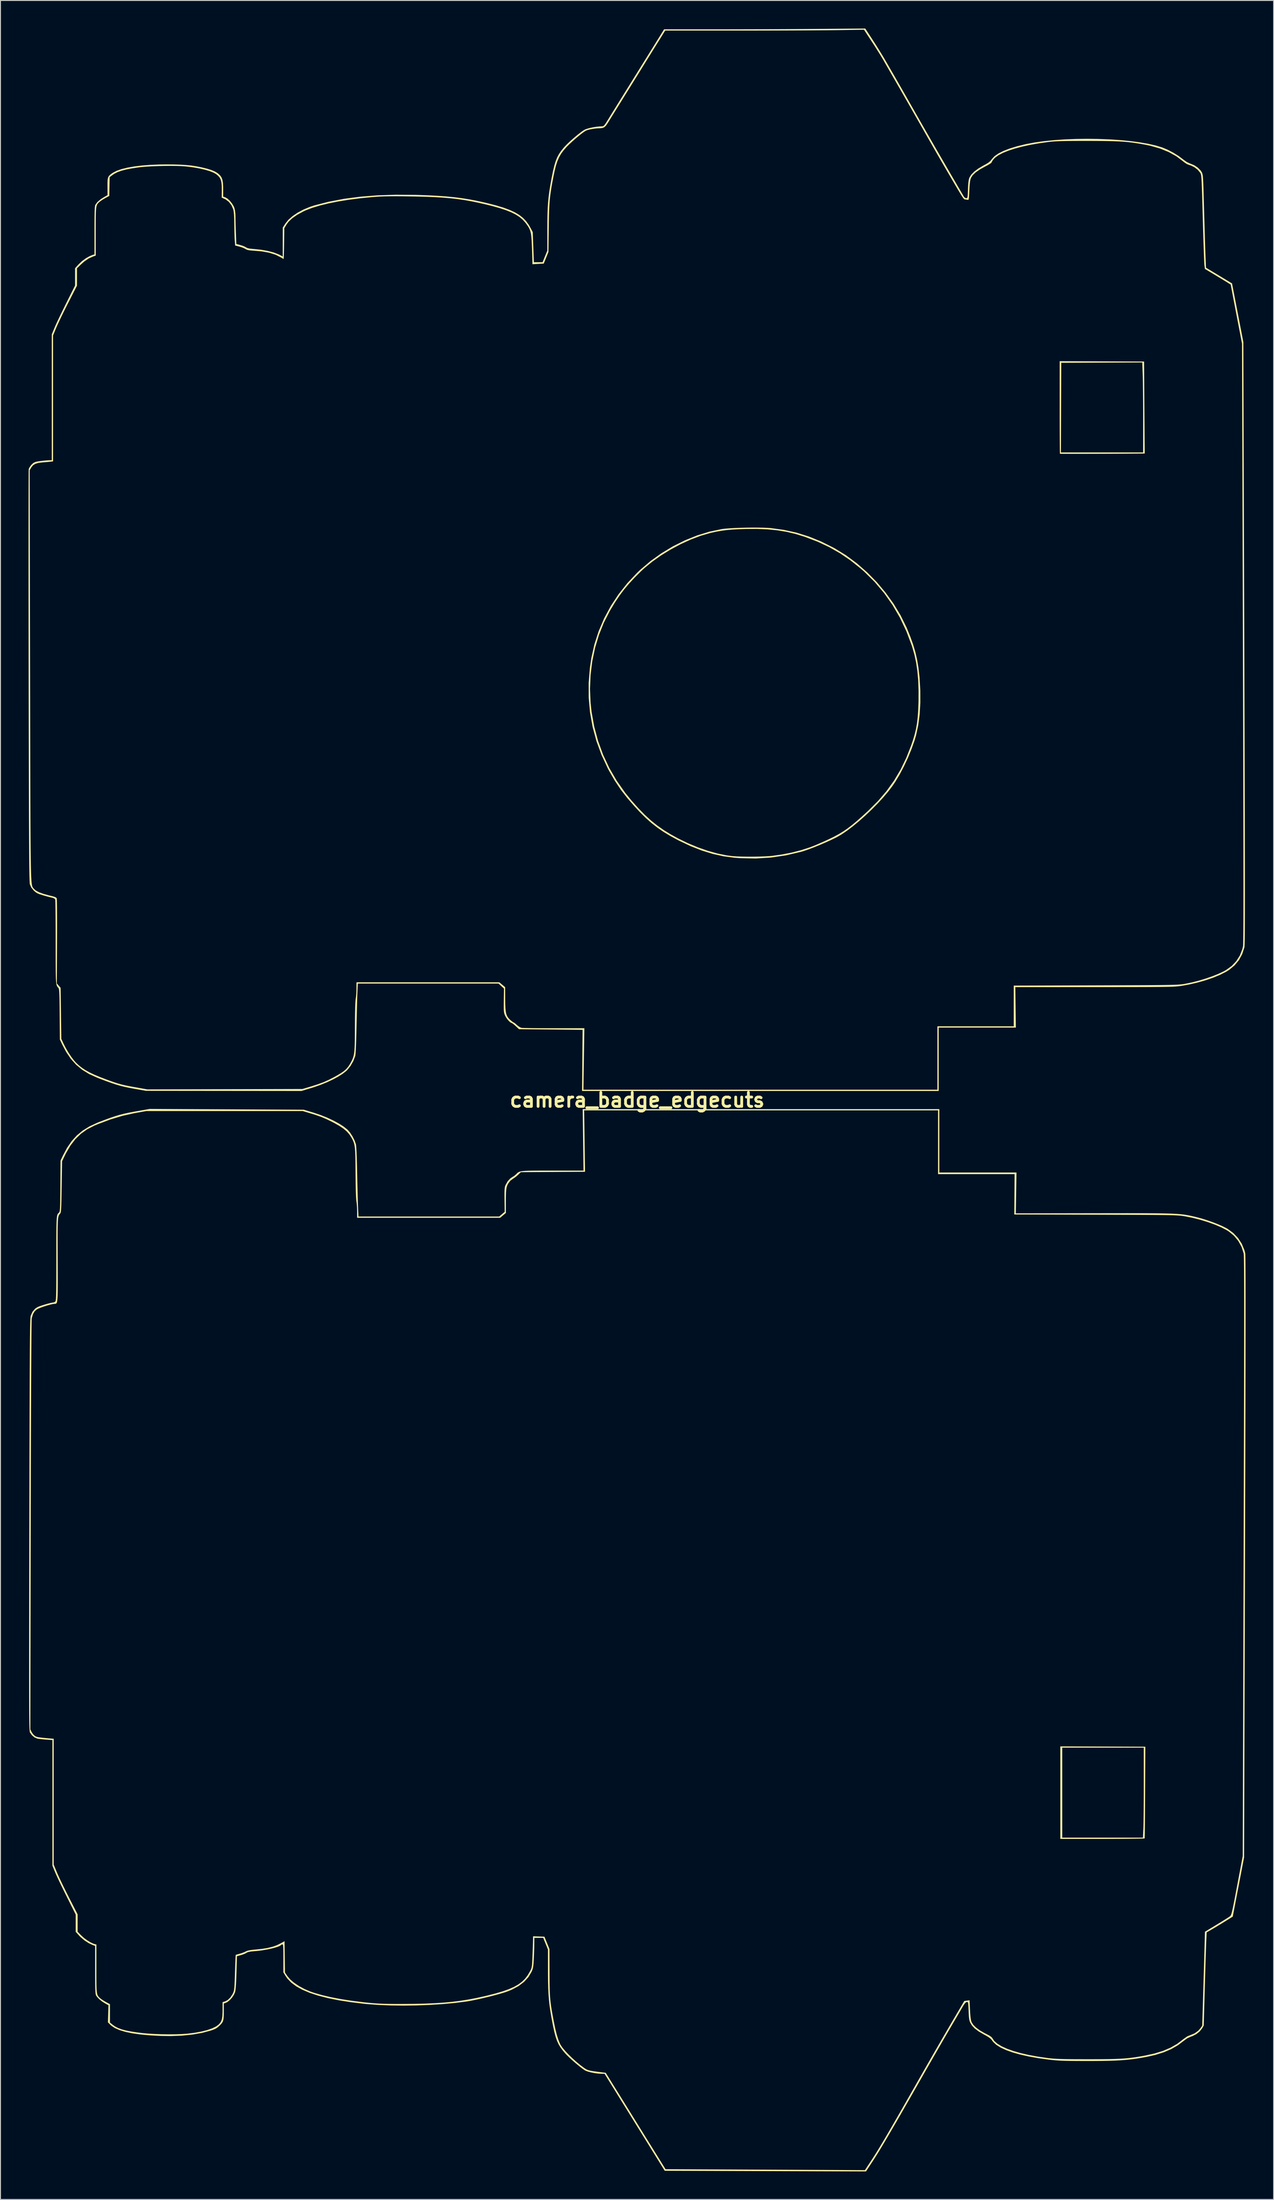
<source format=kicad_pcb>
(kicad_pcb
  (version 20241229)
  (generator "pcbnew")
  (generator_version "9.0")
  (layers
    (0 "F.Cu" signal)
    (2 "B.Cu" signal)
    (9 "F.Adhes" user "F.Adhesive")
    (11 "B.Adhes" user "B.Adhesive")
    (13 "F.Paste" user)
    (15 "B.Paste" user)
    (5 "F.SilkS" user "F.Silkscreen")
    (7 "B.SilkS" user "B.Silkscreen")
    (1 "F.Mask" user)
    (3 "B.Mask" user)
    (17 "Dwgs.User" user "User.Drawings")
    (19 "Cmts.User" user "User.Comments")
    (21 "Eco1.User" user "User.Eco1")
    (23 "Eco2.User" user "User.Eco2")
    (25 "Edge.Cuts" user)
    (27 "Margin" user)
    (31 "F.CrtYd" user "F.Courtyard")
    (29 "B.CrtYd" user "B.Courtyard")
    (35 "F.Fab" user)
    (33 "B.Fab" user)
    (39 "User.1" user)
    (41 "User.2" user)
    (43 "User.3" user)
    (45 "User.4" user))
  (footprint "camera_badge_edgecuts"
    (layer "F.Cu")
    (at 65.122 114.626)
    (property "Reference" "camera_badge_edgecuts" (at 0 0 0) (layer "F.SilkS") (effects (font (size 1.5 1.5) (thickness 0.3))))
    (attr board_only exclude_from_pos_files exclude_from_bom)
    (fp_poly (pts (xy 49.811 69.157) (xy 54.359 69.175) (xy 54.338 74.054) (xy 54.334 74.864) (xy 54.329 75.633) (xy 54.324 76.351) (xy 54.318 77.005) (xy 54.313 77.585) (xy 54.307 78.08) (xy 54.301 78.479) (xy 54.294 78.77) (xy 54.289 78.941) (xy 54.284 78.986) (xy 54.212 78.995) (xy 54.012 79.003) (xy 53.697 79.011) (xy 53.278 79.018) (xy 52.768 79.024) (xy 52.177 79.029) (xy 51.517 79.033) (xy 50.8 79.036) (xy 50.038 79.038) (xy 49.758 79.038) (xy 45.263 79.038) (xy 45.263 74.089) (xy 45.263 69.279) (xy 45.471 69.279) (xy 45.471 74.089) (xy 45.471 78.899) (xy 49.786 78.899) (xy 54.101 78.899) (xy 54.146 77.954) (xy 54.155 77.703) (xy 54.163 77.33) (xy 54.17 76.852) (xy 54.177 76.287) (xy 54.182 75.65) (xy 54.187 74.958) (xy 54.19 74.229) (xy 54.191 73.479) (xy 54.191 73.144) (xy 54.191 69.279) (xy 49.831 69.279) (xy 45.471 69.279) (xy 45.263 69.279) (xy 45.263 69.14)) (stroke (width 0) (type solid)) (fill yes) (layer "F.SilkS"))
    (fp_poly (pts (xy 49.71 -79.021) (xy 54.226 -79.003) (xy 54.26 -74.089) (xy 54.266 -73.278) (xy 54.272 -72.508) (xy 54.277 -71.791) (xy 54.281 -71.137) (xy 54.285 -70.558) (xy 54.289 -70.064) (xy 54.292 -69.668) (xy 54.294 -69.378) (xy 54.295 -69.208) (xy 54.295 -69.164) (xy 54.228 -69.16) (xy 54.037 -69.156) (xy 53.735 -69.152) (xy 53.337 -69.149) (xy 52.856 -69.145) (xy 52.306 -69.141) (xy 51.702 -69.138) (xy 51.057 -69.135) (xy 50.385 -69.132) (xy 49.701 -69.13) (xy 49.018 -69.128) (xy 48.349 -69.126) (xy 47.71 -69.125) (xy 47.114 -69.125) (xy 46.575 -69.125) (xy 46.108 -69.126) (xy 45.725 -69.127) (xy 45.44 -69.129) (xy 45.269 -69.132) (xy 45.223 -69.135) (xy 45.218 -69.207) (xy 45.216 -69.279) (xy 45.331 -69.279) (xy 49.727 -69.279) (xy 54.122 -69.279) (xy 54.122 -72.791) (xy 54.121 -73.53) (xy 54.118 -74.271) (xy 54.114 -74.993) (xy 54.108 -75.676) (xy 54.101 -76.301) (xy 54.094 -76.847) (xy 54.085 -77.294) (xy 54.076 -77.602) (xy 54.031 -78.9) (xy 49.699 -78.882) (xy 45.367 -78.865) (xy 45.349 -74.072) (xy 45.331 -69.279) (xy 45.216 -69.279) (xy 45.214 -69.407) (xy 45.209 -69.723) (xy 45.206 -70.144) (xy 45.202 -70.659) (xy 45.199 -71.257) (xy 45.197 -71.928) (xy 45.195 -72.66) (xy 45.194 -73.441) (xy 45.194 -74.101) (xy 45.194 -79.039)) (stroke (width 0) (type solid)) (fill yes) (layer "F.SilkS"))
    (fp_poly (pts (xy 12.947 -61.239) (xy 13.516 -61.228) (xy 14.007 -61.207) (xy 14.306 -61.184) (xy 15.697 -60.995) (xy 17.042 -60.698) (xy 18.36 -60.285) (xy 19.672 -59.752) (xy 20.996 -59.092) (xy 21.11 -59.03) (xy 22.315 -58.292) (xy 23.477 -57.434) (xy 24.583 -56.469) (xy 25.62 -55.414) (xy 26.573 -54.281) (xy 27.432 -53.086) (xy 28.181 -51.843) (xy 28.808 -50.567) (xy 28.85 -50.469) (xy 29.225 -49.548) (xy 29.527 -48.701) (xy 29.765 -47.89) (xy 29.95 -47.077) (xy 30.09 -46.225) (xy 30.196 -45.298) (xy 30.208 -45.159) (xy 30.29 -43.802) (xy 30.292 -42.496) (xy 30.217 -41.255) (xy 30.064 -40.093) (xy 29.836 -39.026) (xy 29.677 -38.481) (xy 29.349 -37.553) (xy 28.963 -36.613) (xy 28.533 -35.693) (xy 28.076 -34.825) (xy 27.608 -34.042) (xy 27.31 -33.601) (xy 26.851 -32.998) (xy 26.315 -32.365) (xy 25.719 -31.718) (xy 25.081 -31.072) (xy 24.419 -30.443) (xy 23.749 -29.847) (xy 23.089 -29.3) (xy 22.455 -28.818) (xy 21.865 -28.416) (xy 21.337 -28.11) (xy 21.303 -28.092) (xy 20.739 -27.82) (xy 20.129 -27.543) (xy 19.502 -27.274) (xy 18.887 -27.025) (xy 18.314 -26.809) (xy 17.813 -26.637) (xy 17.529 -26.552) (xy 15.923 -26.177) (xy 14.311 -25.939) (xy 12.685 -25.837) (xy 11.038 -25.871) (xy 10.381 -25.921) (xy 9.227 -26.075) (xy 8.077 -26.329) (xy 6.914 -26.688) (xy 5.722 -27.156) (xy 4.484 -27.741) (xy 4.291 -27.839) (xy 3.522 -28.257) (xy 2.821 -28.681) (xy 2.171 -29.126) (xy 1.55 -29.61) (xy 0.941 -30.147) (xy 0.323 -30.756) (xy -0.322 -31.451) (xy -1.015 -32.249) (xy -1.08 -32.326) (xy -1.753 -33.193) (xy -2.403 -34.166) (xy -3.008 -35.211) (xy -3.145 -35.47) (xy -3.824 -36.924) (xy -4.368 -38.411) (xy -4.778 -39.929) (xy -5.053 -41.474) (xy -5.193 -43.045) (xy -5.195 -43.979) (xy -5.048 -43.979) (xy -4.986 -42.481) (xy -4.883 -41.538) (xy -4.6 -39.955) (xy -4.19 -38.424) (xy -3.653 -36.949) (xy -2.99 -35.53) (xy -2.201 -34.17) (xy -1.288 -32.871) (xy -0.586 -32.01) (xy 0.125 -31.215) (xy 0.799 -30.524) (xy 1.459 -29.918) (xy 2.13 -29.378) (xy 2.836 -28.882) (xy 3.601 -28.412) (xy 4.36 -27.995) (xy 5.418 -27.48) (xy 6.494 -27.032) (xy 7.563 -26.66) (xy 8.602 -26.371) (xy 9.589 -26.173) (xy 10.174 -26.098) (xy 10.62 -26.067) (xy 11.167 -26.046) (xy 11.778 -26.037) (xy 12.419 -26.037) (xy 13.053 -26.048) (xy 13.644 -26.069) (xy 14.157 -26.099) (xy 14.43 -26.124) (xy 15.483 -26.271) (xy 16.532 -26.478) (xy 17.539 -26.735) (xy 18.472 -27.035) (xy 19.062 -27.266) (xy 19.823 -27.595) (xy 20.48 -27.894) (xy 21.056 -28.176) (xy 21.572 -28.455) (xy 22.051 -28.747) (xy 22.513 -29.064) (xy 22.981 -29.423) (xy 23.478 -29.836) (xy 24.023 -30.318) (xy 24.64 -30.883) (xy 24.73 -30.966) (xy 25.759 -31.992) (xy 26.668 -33.053) (xy 27.468 -34.164) (xy 28.17 -35.342) (xy 28.782 -36.605) (xy 29.317 -37.967) (xy 29.503 -38.515) (xy 29.68 -39.11) (xy 29.82 -39.695) (xy 29.927 -40.299) (xy 30.004 -40.951) (xy 30.056 -41.679) (xy 30.087 -42.511) (xy 30.091 -42.668) (xy 30.095 -43.844) (xy 30.056 -44.909) (xy 29.97 -45.885) (xy 29.836 -46.793) (xy 29.65 -47.656) (xy 29.41 -48.494) (xy 29.369 -48.62) (xy 28.793 -50.147) (xy 28.107 -51.593) (xy 27.311 -52.956) (xy 26.408 -54.233) (xy 25.398 -55.424) (xy 24.284 -56.524) (xy 23.912 -56.851) (xy 22.815 -57.727) (xy 21.695 -58.489) (xy 20.525 -59.153) (xy 19.281 -59.734) (xy 17.935 -60.246) (xy 17.925 -60.25) (xy 16.963 -60.547) (xy 15.998 -60.777) (xy 15.003 -60.942) (xy 13.955 -61.047) (xy 12.827 -61.094) (xy 11.662 -61.088) (xy 10.864 -61.062) (xy 10.174 -61.024) (xy 9.562 -60.969) (xy 8.995 -60.894) (xy 8.445 -60.797) (xy 7.881 -60.673) (xy 7.821 -60.659) (xy 6.794 -60.361) (xy 5.727 -59.957) (xy 4.647 -59.463) (xy 3.582 -58.894) (xy 2.559 -58.264) (xy 1.606 -57.59) (xy 0.749 -56.885) (xy 0.424 -56.583) (xy -0.272 -55.89) (xy -0.875 -55.241) (xy -1.41 -54.604) (xy -1.9 -53.95) (xy -2.37 -53.248) (xy -2.843 -52.467) (xy -2.939 -52.301) (xy -3.575 -51.056) (xy -4.1 -49.737) (xy -4.512 -48.358) (xy -4.809 -46.93) (xy -4.989 -45.466) (xy -5.048 -43.979) (xy -5.195 -43.979) (xy -5.196 -44.638) (xy -5.064 -46.252) (xy -4.906 -47.305) (xy -4.581 -48.753) (xy -4.124 -50.164) (xy -3.54 -51.53) (xy -2.832 -52.845) (xy -2.005 -54.101) (xy -1.062 -55.292) (xy -0.007 -56.41) (xy 0.332 -56.732) (xy 1.421 -57.657) (xy 2.589 -58.494) (xy 3.82 -59.236) (xy 5.097 -59.873) (xy 6.403 -60.399) (xy 7.722 -60.804) (xy 9.037 -61.08) (xy 9.397 -61.124) (xy 9.869 -61.162) (xy 10.425 -61.194) (xy 11.037 -61.217) (xy 11.68 -61.233) (xy 12.325 -61.241)) (stroke (width 0) (type solid)) (fill yes) (layer "F.SilkS"))
    (fp_poly (pts (xy -43.914 0.989) (xy -35.678 1.031) (xy -34.605 1.354) (xy -33.885 1.595) (xy -33.181 1.875) (xy -32.518 2.184) (xy -31.918 2.509) (xy -31.405 2.837) (xy -31.005 3.158) (xy -30.983 3.178) (xy -30.717 3.486) (xy -30.46 3.881) (xy -30.243 4.312) (xy -30.096 4.719) (xy -30.072 4.875) (xy -30.049 5.162) (xy -30.026 5.574) (xy -30.005 6.105) (xy -29.985 6.746) (xy -29.967 7.492) (xy -29.958 7.89) (xy -29.945 8.547) (xy -29.93 9.194) (xy -29.915 9.811) (xy -29.901 10.376) (xy -29.887 10.87) (xy -29.874 11.272) (xy -29.862 11.561) (xy -29.86 11.61) (xy -29.818 12.458) (xy -22.292 12.458) (xy -14.767 12.458) (xy -14.474 12.207) (xy -14.182 11.957) (xy -14.199 10.667) (xy -14.204 10.196) (xy -14.202 9.839) (xy -14.193 9.576) (xy -14.174 9.384) (xy -14.145 9.24) (xy -14.103 9.12) (xy -14.096 9.105) (xy -13.864 8.692) (xy -13.58 8.382) (xy -13.371 8.242) (xy -13.155 8.105) (xy -12.962 7.943) (xy -12.942 7.922) (xy -12.863 7.838) (xy -12.785 7.767) (xy -12.696 7.709) (xy -12.584 7.662) (xy -12.437 7.625) (xy -12.241 7.596) (xy -11.986 7.575) (xy -11.659 7.561) (xy -11.247 7.552) (xy -10.739 7.547) (xy -10.121 7.544) (xy -9.383 7.544) (xy -9.036 7.544) (xy -5.749 7.544) (xy -5.792 4.256) (xy -5.836 0.969) (xy 13.242 0.969) (xy 32.321 0.969) (xy 32.321 4.36) (xy 32.321 7.751) (xy 36.449 7.751) (xy 40.576 7.751) (xy 40.542 9.935) (xy 40.508 12.119) (xy 48.855 12.106) (xy 50.165 12.104) (xy 51.346 12.103) (xy 52.404 12.102) (xy 53.349 12.103) (xy 54.189 12.105) (xy 54.931 12.109) (xy 55.585 12.114) (xy 56.159 12.123) (xy 56.66 12.133) (xy 57.098 12.147) (xy 57.481 12.164) (xy 57.816 12.184) (xy 58.112 12.209) (xy 58.377 12.237) (xy 58.621 12.27) (xy 58.85 12.308) (xy 59.074 12.351) (xy 59.3 12.399) (xy 59.537 12.453) (xy 59.763 12.506) (xy 60.319 12.652) (xy 60.913 12.836) (xy 61.513 13.044) (xy 62.087 13.266) (xy 62.602 13.488) (xy 63.026 13.7) (xy 63.16 13.776) (xy 63.766 14.219) (xy 64.273 14.752) (xy 64.672 15.362) (xy 64.954 16.036) (xy 65.049 16.396) (xy 65.055 16.473) (xy 65.061 16.645) (xy 65.066 16.915) (xy 65.07 17.283) (xy 65.074 17.751) (xy 65.077 18.323) (xy 65.08 18.998) (xy 65.082 19.78) (xy 65.083 20.67) (xy 65.084 21.67) (xy 65.084 22.782) (xy 65.083 24.007) (xy 65.082 25.349) (xy 65.08 26.807) (xy 65.078 28.385) (xy 65.074 30.084) (xy 65.071 31.906) (xy 65.066 33.853) (xy 65.061 35.927) (xy 65.056 38.13) (xy 65.049 40.463) (xy 65.042 42.929) (xy 65.035 45.528) (xy 65.027 48.264) (xy 65.025 48.875) (xy 64.926 81.01) (xy 64.319 84.181) (xy 63.713 87.352) (xy 62.834 87.897) (xy 62.47 88.121) (xy 62.097 88.348) (xy 61.754 88.554) (xy 61.48 88.716) (xy 61.439 88.74) (xy 60.923 89.038) (xy 60.88 89.973) (xy 60.87 90.217) (xy 60.857 90.584) (xy 60.841 91.057) (xy 60.822 91.62) (xy 60.802 92.257) (xy 60.781 92.951) (xy 60.759 93.687) (xy 60.737 94.449) (xy 60.723 94.956) (xy 60.609 99.005) (xy 60.435 99.306) (xy 60.177 99.632) (xy 59.822 99.917) (xy 59.409 100.13) (xy 59.249 100.185) (xy 58.856 100.361) (xy 58.488 100.627) (xy 57.845 101.112) (xy 57.13 101.523) (xy 56.329 101.866) (xy 55.427 102.148) (xy 54.528 102.351) (xy 53.953 102.457) (xy 53.408 102.546) (xy 52.871 102.618) (xy 52.324 102.677) (xy 51.747 102.722) (xy 51.121 102.755) (xy 50.427 102.778) (xy 49.645 102.792) (xy 48.755 102.798) (xy 48.17 102.798) (xy 47.416 102.797) (xy 46.781 102.794) (xy 46.248 102.788) (xy 45.798 102.779) (xy 45.411 102.767) (xy 45.071 102.749) (xy 44.757 102.727) (xy 44.452 102.699) (xy 44.137 102.664) (xy 44.017 102.65) (xy 42.901 102.495) (xy 41.881 102.313) (xy 40.961 102.107) (xy 40.15 101.878) (xy 39.451 101.628) (xy 38.871 101.358) (xy 38.415 101.071) (xy 38.09 100.769) (xy 38.014 100.669) (xy 37.887 100.501) (xy 37.742 100.36) (xy 37.549 100.222) (xy 37.277 100.063) (xy 37.075 99.954) (xy 36.532 99.637) (xy 36.115 99.325) (xy 35.813 99.007) (xy 35.623 98.693) (xy 35.56 98.53) (xy 35.516 98.34) (xy 35.484 98.091) (xy 35.462 97.756) (xy 35.449 97.43) (xy 35.435 97.047) (xy 35.419 96.782) (xy 35.399 96.614) (xy 35.37 96.521) (xy 35.331 96.483) (xy 35.299 96.478) (xy 35.18 96.515) (xy 35.052 96.636) (xy 34.897 96.859) (xy 34.815 96.998) (xy 34.742 97.123) (xy 34.609 97.352) (xy 34.424 97.668) (xy 34.199 98.053) (xy 33.942 98.492) (xy 33.663 98.968) (xy 33.48 99.281) (xy 33.19 99.777) (xy 32.847 100.369) (xy 32.463 101.032) (xy 32.054 101.742) (xy 31.633 102.475) (xy 31.214 103.206) (xy 30.811 103.91) (xy 30.609 104.265) (xy 29.892 105.522) (xy 29.24 106.664) (xy 28.647 107.698) (xy 28.112 108.63) (xy 27.629 109.466) (xy 27.195 110.212) (xy 26.807 110.875) (xy 26.462 111.461) (xy 26.154 111.975) (xy 25.882 112.425) (xy 25.64 112.817) (xy 25.426 113.156) (xy 25.257 113.418) (xy 24.473 114.611) (xy 19.105 114.595) (xy 18.064 114.591) (xy 16.914 114.588) (xy 15.686 114.584) (xy 14.412 114.58) (xy 13.12 114.575) (xy 11.843 114.571) (xy 10.609 114.567) (xy 9.45 114.563) (xy 8.396 114.56) (xy 8.34 114.559) (xy 2.941 114.541) (xy -0.277 109.353) (xy -3.495 104.166) (xy -3.841 104.163) (xy -4.191 104.142) (xy -4.577 104.09) (xy -4.958 104.015) (xy -5.294 103.925) (xy -5.544 103.83) (xy -5.594 103.802) (xy -5.849 103.627) (xy -6.172 103.378) (xy -6.532 103.081) (xy -6.901 102.761) (xy -7.249 102.442) (xy -7.546 102.152) (xy -7.687 102.002) (xy -7.98 101.658) (xy -8.222 101.328) (xy -8.422 100.989) (xy -8.59 100.615) (xy -8.737 100.185) (xy -8.872 99.674) (xy -9.006 99.058) (xy -9.064 98.764) (xy -9.196 98.055) (xy -9.302 97.416) (xy -9.386 96.817) (xy -9.449 96.232) (xy -9.495 95.631) (xy -9.525 94.985) (xy -9.543 94.267) (xy -9.55 93.448) (xy -9.55 93.172) (xy -9.551 90.869) (xy -9.805 90.248) (xy -10.059 89.627) (xy -10.532 89.627) (xy -11.004 89.627) (xy -11.011 90.336) (xy -11.017 90.702) (xy -11.031 91.146) (xy -11.049 91.605) (xy -11.065 91.945) (xy -11.089 92.341) (xy -11.118 92.633) (xy -11.158 92.857) (xy -11.215 93.048) (xy -11.296 93.241) (xy -11.302 93.254) (xy -11.643 93.826) (xy -12.106 94.335) (xy -12.691 94.779) (xy -13.397 95.159) (xy -13.877 95.355) (xy -14.262 95.484) (xy -14.754 95.63) (xy -15.32 95.784) (xy -15.93 95.939) (xy -16.553 96.088) (xy -17.158 96.223) (xy -17.715 96.337) (xy -18.193 96.422) (xy -18.306 96.439) (xy -19.524 96.592) (xy -20.833 96.712) (xy -22.203 96.798) (xy -23.603 96.852) (xy -25.001 96.87) (xy -26.368 96.854) (xy -27.671 96.801) (xy -28.88 96.712) (xy -29.182 96.682) (xy -30.618 96.509) (xy -31.919 96.306) (xy -33.089 96.071) (xy -34.129 95.805) (xy -35.04 95.506) (xy -35.824 95.174) (xy -36.483 94.809) (xy -37.019 94.41) (xy -37.432 93.977) (xy -37.609 93.72) (xy -37.858 93.311) (xy -37.858 91.815) (xy -37.859 91.314) (xy -37.864 90.935) (xy -37.872 90.663) (xy -37.886 90.481) (xy -37.907 90.374) (xy -37.935 90.326) (xy -37.957 90.319) (xy -38.073 90.358) (xy -38.097 90.384) (xy -38.215 90.475) (xy -38.448 90.575) (xy -38.774 90.679) (xy -39.169 90.78) (xy -39.611 90.873) (xy -40.077 90.953) (xy -40.545 91.015) (xy -40.903 91.047) (xy -41.286 91.081) (xy -41.553 91.125) (xy -41.724 91.181) (xy -41.783 91.218) (xy -41.929 91.3) (xy -42.157 91.393) (xy -42.38 91.465) (xy -42.823 91.592) (xy -42.87 93.326) (xy -42.894 94.023) (xy -42.922 94.584) (xy -42.955 95.011) (xy -42.993 95.307) (xy -43.017 95.415) (xy -43.145 95.712) (xy -43.347 96.016) (xy -43.593 96.288) (xy -43.847 96.49) (xy -43.986 96.558) (xy -44.225 96.645) (xy -44.225 97.418) (xy -44.229 97.851) (xy -44.244 98.173) (xy -44.281 98.414) (xy -44.345 98.6) (xy -44.445 98.76) (xy -44.59 98.922) (xy -44.673 99.005) (xy -44.886 99.196) (xy -45.094 99.334) (xy -45.347 99.447) (xy -45.613 99.54) (xy -46.546 99.79) (xy -47.587 99.972) (xy -48.723 100.087) (xy -49.939 100.132) (xy -50.938 100.117) (xy -52.09 100.056) (xy -53.109 99.964) (xy -53.997 99.84) (xy -54.756 99.683) (xy -55.387 99.493) (xy -55.893 99.269) (xy -56.276 99.011) (xy -56.379 98.914) (xy -56.629 98.659) (xy -56.599 97.746) (xy -56.569 96.833) (xy -56.914 96.645) (xy -57.249 96.434) (xy -57.552 96.188) (xy -57.789 95.94) (xy -57.898 95.778) (xy -57.925 95.703) (xy -57.947 95.585) (xy -57.964 95.411) (xy -57.977 95.166) (xy -57.987 94.839) (xy -57.993 94.416) (xy -57.996 93.883) (xy -57.998 93.23) (xy -57.998 93.035) (xy -57.998 90.485) (xy -58.247 90.395) (xy -58.691 90.187) (xy -59.145 89.891) (xy -59.556 89.543) (xy -59.697 89.397) (xy -60.074 88.98) (xy -60.074 88.056) (xy -60.074 87.131) (xy -61.035 85.212) (xy -61.291 84.697) (xy -61.541 84.186) (xy -61.774 83.702) (xy -61.98 83.267) (xy -62.147 82.906) (xy -62.264 82.639) (xy -62.281 82.597) (xy -62.566 81.9) (xy -62.566 75.183) (xy -62.566 68.465) (xy -63.24 68.416) (xy -63.567 68.389) (xy -63.872 68.356) (xy -64.109 68.324) (xy -64.182 68.31) (xy -64.478 68.184) (xy -64.753 67.956) (xy -64.967 67.66) (xy -64.971 67.653) (xy -64.981 67.624) (xy -64.99 67.576) (xy -64.999 67.504) (xy -65.007 67.404) (xy -65.011 67.334) (xy -64.925 67.334) (xy -64.781 67.617) (xy -64.641 67.825) (xy -64.471 67.996) (xy -64.423 68.03) (xy -64.326 68.082) (xy -64.212 68.124) (xy -64.059 68.159) (xy -63.844 68.191) (xy -63.545 68.224) (xy -63.139 68.262) (xy -62.929 68.281) (xy -62.427 68.324) (xy -62.427 75.056) (xy -62.427 81.788) (xy -62.088 82.61) (xy -61.966 82.892) (xy -61.791 83.271) (xy -61.577 83.722) (xy -61.335 84.219) (xy -61.078 84.738) (xy -60.818 85.253) (xy -60.808 85.273) (xy -59.866 87.113) (xy -59.866 88.041) (xy -59.865 88.969) (xy -59.476 89.369) (xy -59.18 89.637) (xy -58.836 89.89) (xy -58.486 90.103) (xy -58.169 90.25) (xy -58.05 90.287) (xy -57.859 90.334) (xy -57.859 92.925) (xy -57.859 93.618) (xy -57.857 94.187) (xy -57.852 94.647) (xy -57.842 95.01) (xy -57.825 95.291) (xy -57.799 95.505) (xy -57.763 95.666) (xy -57.714 95.788) (xy -57.651 95.885) (xy -57.573 95.972) (xy -57.477 96.062) (xy -57.468 96.071) (xy -57.303 96.198) (xy -57.068 96.351) (xy -56.839 96.485) (xy -56.406 96.718) (xy -56.406 97.701) (xy -56.406 98.683) (xy -56.149 98.895) (xy -55.872 99.092) (xy -55.549 99.261) (xy -55.162 99.406) (xy -54.695 99.531) (xy -54.133 99.642) (xy -53.458 99.743) (xy -52.98 99.802) (xy -52.363 99.86) (xy -51.66 99.903) (xy -50.906 99.93) (xy -50.141 99.941) (xy -49.399 99.935) (xy -48.717 99.912) (xy -48.133 99.872) (xy -48.091 99.868) (xy -47.327 99.771) (xy -46.628 99.643) (xy -46.01 99.487) (xy -45.486 99.308) (xy -45.072 99.109) (xy -44.785 98.899) (xy -44.623 98.72) (xy -44.508 98.528) (xy -44.431 98.297) (xy -44.387 97.999) (xy -44.367 97.607) (xy -44.364 97.303) (xy -44.363 96.5) (xy -44.093 96.419) (xy -43.811 96.271) (xy -43.541 96.011) (xy -43.308 95.665) (xy -43.233 95.513) (xy -43.189 95.405) (xy -43.154 95.282) (xy -43.126 95.127) (xy -43.103 94.922) (xy -43.084 94.648) (xy -43.067 94.287) (xy -43.05 93.821) (xy -43.035 93.335) (xy -43.019 92.842) (xy -43.004 92.396) (xy -42.989 92.016) (xy -42.975 91.719) (xy -42.964 91.524) (xy -42.955 91.448) (xy -42.955 91.448) (xy -42.881 91.419) (xy -42.711 91.369) (xy -42.523 91.318) (xy -42.255 91.235) (xy -42.004 91.136) (xy -41.881 91.074) (xy -41.713 91.001) (xy -41.472 90.944) (xy -41.132 90.898) (xy -40.843 90.871) (xy -40.121 90.796) (xy -39.51 90.695) (xy -38.984 90.564) (xy -38.519 90.394) (xy -38.089 90.18) (xy -37.73 89.978) (xy -37.707 91.654) (xy -37.685 93.329) (xy -37.423 93.715) (xy -37.12 94.072) (xy -36.702 94.429) (xy -36.194 94.772) (xy -35.618 95.085) (xy -34.998 95.354) (xy -34.569 95.502) (xy -33.694 95.751) (xy -32.754 95.971) (xy -31.732 96.167) (xy -30.612 96.341) (xy -29.376 96.497) (xy -28.895 96.55) (xy -28.441 96.594) (xy -28.011 96.629) (xy -27.579 96.655) (xy -27.118 96.674) (xy -26.601 96.686) (xy -26.001 96.692) (xy -25.292 96.693) (xy -25.227 96.693) (xy -23.945 96.684) (xy -22.781 96.658) (xy -21.716 96.614) (xy -20.73 96.55) (xy -19.804 96.464) (xy -18.919 96.353) (xy -18.055 96.217) (xy -17.193 96.052) (xy -16.313 95.858) (xy -16.041 95.794) (xy -15.153 95.567) (xy -14.39 95.342) (xy -13.74 95.112) (xy -13.189 94.87) (xy -12.725 94.608) (xy -12.334 94.319) (xy -12.005 93.995) (xy -11.724 93.63) (xy -11.479 93.215) (xy -11.449 93.156) (xy -11.38 93.017) (xy -11.329 92.887) (xy -11.292 92.742) (xy -11.264 92.559) (xy -11.243 92.313) (xy -11.225 91.981) (xy -11.207 91.538) (xy -11.204 91.461) (xy -11.188 91.021) (xy -11.173 90.605) (xy -11.161 90.242) (xy -11.153 89.96) (xy -11.149 89.8) (xy -11.143 89.454) (xy -10.536 89.475) (xy -9.928 89.497) (xy -9.658 90.16) (xy -9.388 90.823) (xy -9.38 93.322) (xy -9.377 94.06) (xy -9.37 94.685) (xy -9.358 95.22) (xy -9.337 95.69) (xy -9.307 96.12) (xy -9.265 96.535) (xy -9.209 96.957) (xy -9.136 97.413) (xy -9.045 97.927) (xy -8.933 98.523) (xy -8.923 98.578) (xy -8.766 99.341) (xy -8.608 99.977) (xy -8.445 100.498) (xy -8.276 100.915) (xy -8.185 101.09) (xy -7.994 101.372) (xy -7.711 101.712) (xy -7.358 102.089) (xy -6.956 102.48) (xy -6.528 102.866) (xy -6.095 103.225) (xy -5.68 103.536) (xy -5.602 103.589) (xy -5.473 103.67) (xy -5.341 103.735) (xy -5.182 103.789) (xy -4.975 103.838) (xy -4.698 103.885) (xy -4.33 103.937) (xy -3.849 103.998) (xy -3.779 104.007) (xy -3.371 104.057) (xy -2.446 105.545) (xy -2.131 106.052) (xy -1.784 106.611) (xy -1.429 107.183) (xy -1.091 107.728) (xy -0.795 108.206) (xy -0.728 108.313) (xy -0.506 108.672) (xy -0.225 109.126) (xy 0.101 109.651) (xy 0.457 110.225) (xy 0.829 110.825) (xy 1.203 111.428) (xy 1.547 111.981) (xy 3.03 114.369) (xy 10.91 114.404) (xy 12.01 114.409) (xy 13.117 114.414) (xy 14.216 114.419) (xy 15.296 114.424) (xy 16.342 114.429) (xy 17.341 114.434) (xy 18.28 114.439) (xy 19.146 114.443) (xy 19.926 114.447) (xy 20.605 114.451) (xy 21.171 114.454) (xy 21.574 114.456) (xy 24.358 114.473) (xy 25.143 113.279) (xy 25.328 112.994) (xy 25.527 112.68) (xy 25.744 112.331) (xy 25.983 111.938) (xy 26.249 111.494) (xy 26.547 110.991) (xy 26.88 110.422) (xy 27.254 109.778) (xy 27.673 109.053) (xy 28.142 108.238) (xy 28.664 107.326) (xy 29.245 106.309) (xy 29.888 105.179) (xy 29.936 105.095) (xy 30.887 103.428) (xy 31.78 101.873) (xy 32.618 100.421) (xy 33.41 99.061) (xy 34.159 97.783) (xy 34.234 97.655) (xy 34.989 96.375) (xy 35.273 96.337) (xy 35.556 96.299) (xy 35.605 97.33) (xy 35.634 97.813) (xy 35.669 98.178) (xy 35.714 98.445) (xy 35.772 98.635) (xy 35.778 98.649) (xy 35.957 98.929) (xy 36.254 99.222) (xy 36.652 99.516) (xy 37.134 99.797) (xy 37.305 99.883) (xy 37.648 100.061) (xy 37.871 100.209) (xy 37.987 100.334) (xy 37.997 100.354) (xy 38.195 100.652) (xy 38.524 100.94) (xy 38.977 101.216) (xy 39.547 101.477) (xy 40.228 101.721) (xy 41.011 101.945) (xy 41.89 102.147) (xy 42.859 102.325) (xy 43.909 102.475) (xy 43.948 102.48) (xy 44.217 102.51) (xy 44.493 102.536) (xy 44.792 102.556) (xy 45.131 102.572) (xy 45.525 102.584) (xy 45.99 102.593) (xy 46.541 102.599) (xy 47.195 102.602) (xy 47.968 102.603) (xy 48.205 102.604) (xy 49.093 102.602) (xy 49.86 102.598) (xy 50.524 102.589) (xy 51.102 102.575) (xy 51.613 102.554) (xy 52.073 102.526) (xy 52.501 102.489) (xy 52.913 102.442) (xy 53.328 102.384) (xy 53.763 102.314) (xy 54.236 102.23) (xy 54.319 102.215) (xy 55.342 101.991) (xy 56.248 101.711) (xy 57.051 101.37) (xy 57.761 100.962) (xy 58.392 100.484) (xy 58.438 100.444) (xy 58.847 100.16) (xy 59.16 100.034) (xy 59.623 99.84) (xy 60.016 99.558) (xy 60.271 99.267) (xy 60.444 99.011) (xy 60.565 94.924) (xy 60.588 94.152) (xy 60.611 93.394) (xy 60.632 92.667) (xy 60.652 91.988) (xy 60.669 91.371) (xy 60.685 90.834) (xy 60.697 90.392) (xy 60.706 90.061) (xy 60.711 89.904) (xy 60.735 88.969) (xy 61.993 88.208) (xy 62.378 87.973) (xy 62.732 87.754) (xy 63.035 87.564) (xy 63.265 87.416) (xy 63.402 87.322) (xy 63.421 87.308) (xy 63.462 87.267) (xy 63.502 87.207) (xy 63.542 87.116) (xy 63.585 86.983) (xy 63.635 86.794) (xy 63.693 86.538) (xy 63.764 86.203) (xy 63.849 85.778) (xy 63.951 85.249) (xy 64.073 84.606) (xy 64.184 84.021) (xy 64.777 80.872) (xy 64.871 48.828) (xy 64.878 46.234) (xy 64.885 43.776) (xy 64.892 41.45) (xy 64.897 39.253) (xy 64.903 37.18) (xy 64.908 35.23) (xy 64.912 33.398) (xy 64.916 31.681) (xy 64.919 30.076) (xy 64.922 28.58) (xy 64.924 27.19) (xy 64.926 25.901) (xy 64.927 24.711) (xy 64.928 23.617) (xy 64.928 22.615) (xy 64.928 21.701) (xy 64.927 20.873) (xy 64.926 20.128) (xy 64.924 19.461) (xy 64.922 18.87) (xy 64.919 18.351) (xy 64.915 17.901) (xy 64.911 17.517) (xy 64.907 17.195) (xy 64.902 16.933) (xy 64.897 16.726) (xy 64.891 16.572) (xy 64.884 16.467) (xy 64.877 16.407) (xy 64.876 16.403) (xy 64.648 15.704) (xy 64.303 15.075) (xy 63.849 14.526) (xy 63.295 14.067) (xy 63.072 13.927) (xy 62.502 13.629) (xy 61.824 13.339) (xy 61.067 13.065) (xy 60.263 12.818) (xy 59.442 12.608) (xy 58.633 12.444) (xy 58.621 12.442) (xy 58.491 12.421) (xy 58.364 12.401) (xy 58.232 12.383) (xy 58.087 12.368) (xy 57.922 12.354) (xy 57.728 12.342) (xy 57.498 12.331) (xy 57.223 12.322) (xy 56.896 12.314) (xy 56.509 12.307) (xy 56.054 12.301) (xy 55.524 12.296) (xy 54.91 12.291) (xy 54.205 12.287) (xy 53.4 12.283) (xy 52.489 12.279) (xy 51.462 12.276) (xy 50.313 12.272) (xy 49.048 12.268) (xy 40.339 12.242) (xy 40.355 10.083) (xy 40.371 7.925) (xy 36.277 7.925) (xy 32.183 7.925) (xy 32.183 4.516) (xy 32.183 1.107) (xy 13.254 1.107) (xy -5.675 1.107) (xy -5.629 4.392) (xy -5.583 7.676) (xy -9.018 7.697) (xy -12.452 7.717) (xy -12.749 8.004) (xy -12.951 8.182) (xy -13.15 8.332) (xy -13.254 8.395) (xy -13.582 8.637) (xy -13.833 8.979) (xy -13.939 9.225) (xy -13.982 9.39) (xy -14.013 9.603) (xy -14.034 9.885) (xy -14.046 10.259) (xy -14.05 10.746) (xy -14.05 10.819) (xy -14.05 12.082) (xy -14.357 12.339) (xy -14.664 12.596) (xy -22.316 12.596) (xy -29.968 12.596) (xy -29.968 11.917) (xy -29.976 11.565) (xy -29.999 11.211) (xy -30.031 10.914) (xy -30.045 10.827) (xy -30.066 10.646) (xy -30.085 10.34) (xy -30.102 9.923) (xy -30.116 9.407) (xy -30.127 8.807) (xy -30.135 8.136) (xy -30.138 7.786) (xy -30.143 7.055) (xy -30.149 6.447) (xy -30.16 5.946) (xy -30.176 5.538) (xy -30.2 5.207) (xy -30.233 4.937) (xy -30.277 4.714) (xy -30.333 4.522) (xy -30.405 4.345) (xy -30.493 4.168) (xy -30.586 3.999) (xy -30.808 3.661) (xy -31.082 3.354) (xy -31.427 3.061) (xy -31.861 2.769) (xy -32.403 2.461) (xy -32.639 2.339) (xy -33.242 2.046) (xy -33.8 1.81) (xy -34.378 1.605) (xy -34.732 1.495) (xy -35.793 1.177) (xy -44.151 1.177) (xy -52.509 1.177) (xy -53.83 1.414) (xy -55.072 1.689) (xy -56.354 2.075) (xy -57.688 2.575) (xy -58.07 2.735) (xy -58.832 3.124) (xy -59.508 3.603) (xy -60.107 4.183) (xy -60.638 4.873) (xy -61.11 5.681) (xy -61.216 5.895) (xy -61.527 6.54) (xy -61.571 9.274) (xy -61.583 9.967) (xy -61.593 10.536) (xy -61.604 10.992) (xy -61.616 11.349) (xy -61.629 11.621) (xy -61.645 11.82) (xy -61.663 11.96) (xy -61.686 12.054) (xy -61.713 12.115) (xy -61.735 12.146) (xy -61.791 12.211) (xy -61.839 12.277) (xy -61.88 12.352) (xy -61.913 12.448) (xy -61.941 12.576) (xy -61.962 12.746) (xy -61.979 12.968) (xy -61.991 13.254) (xy -61.999 13.612) (xy -62.003 14.055) (xy -62.005 14.593) (xy -62.004 15.235) (xy -62.001 15.993) (xy -61.998 16.877) (xy -61.997 17.043) (xy -61.993 17.969) (xy -61.99 18.767) (xy -61.989 19.445) (xy -61.991 20.014) (xy -61.996 20.483) (xy -62.004 20.862) (xy -62.018 21.16) (xy -62.037 21.388) (xy -62.061 21.554) (xy -62.093 21.668) (xy -62.131 21.74) (xy -62.178 21.78) (xy -62.234 21.797) (xy -62.299 21.801) (xy -62.335 21.801) (xy -62.53 21.825) (xy -62.815 21.891) (xy -63.152 21.985) (xy -63.502 22.095) (xy -63.827 22.211) (xy -64.09 22.319) (xy -64.239 22.399) (xy -64.475 22.616) (xy -64.644 22.909) (xy -64.762 23.303) (xy -64.774 23.366) (xy -64.781 23.467) (xy -64.787 23.703) (xy -64.793 24.072) (xy -64.8 24.569) (xy -64.806 25.191) (xy -64.812 25.936) (xy -64.818 26.8) (xy -64.824 27.78) (xy -64.83 28.872) (xy -64.836 30.074) (xy -64.842 31.382) (xy -64.848 32.793) (xy -64.853 34.304) (xy -64.859 35.911) (xy -64.864 37.612) (xy -64.869 39.403) (xy -64.873 41.28) (xy -64.878 43.242) (xy -64.882 45.283) (xy -64.883 45.519) (xy -64.925 67.334) (xy -65.011 67.334) (xy -65.015 67.271) (xy -65.022 67.101) (xy -65.028 66.889) (xy -65.034 66.631) (xy -65.039 66.323) (xy -65.043 65.96) (xy -65.047 65.537) (xy -65.05 65.05) (xy -65.053 64.495) (xy -65.055 63.867) (xy -65.057 63.162) (xy -65.058 62.375) (xy -65.058 61.503) (xy -65.058 60.539) (xy -65.058 59.481) (xy -65.057 58.324) (xy -65.056 57.062) (xy -65.054 55.692) (xy -65.052 54.21) (xy -65.05 52.61) (xy -65.047 50.888) (xy -65.043 49.041) (xy -65.04 47.063) (xy -65.036 45.436) (xy -65.032 43.35) (xy -65.028 41.397) (xy -65.025 39.574) (xy -65.021 37.876) (xy -65.017 36.299) (xy -65.013 34.838) (xy -65.01 33.488) (xy -65.006 32.246) (xy -65.002 31.106) (xy -64.999 30.065) (xy -64.995 29.118) (xy -64.99 28.26) (xy -64.986 27.487) (xy -64.982 26.794) (xy -64.977 26.177) (xy -64.972 25.632) (xy -64.966 25.154) (xy -64.961 24.739) (xy -64.955 24.382) (xy -64.948 24.078) (xy -64.941 23.824) (xy -64.934 23.615) (xy -64.926 23.446) (xy -64.918 23.312) (xy -64.909 23.211) (xy -64.9 23.136) (xy -64.89 23.084) (xy -64.885 23.067) (xy -64.695 22.641) (xy -64.413 22.315) (xy -64.16 22.148) (xy -63.975 22.07) (xy -63.708 21.976) (xy -63.398 21.878) (xy -63.082 21.787) (xy -62.797 21.714) (xy -62.583 21.67) (xy -62.505 21.663) (xy -62.345 21.616) (xy -62.259 21.554) (xy -62.237 21.52) (xy -62.218 21.46) (xy -62.202 21.364) (xy -62.189 21.221) (xy -62.178 21.022) (xy -62.17 20.757) (xy -62.163 20.416) (xy -62.158 19.989) (xy -62.154 19.466) (xy -62.152 18.837) (xy -62.151 18.093) (xy -62.15 17.223) (xy -62.15 16.947) (xy -62.15 16.031) (xy -62.15 15.243) (xy -62.148 14.573) (xy -62.144 14.01) (xy -62.138 13.545) (xy -62.129 13.168) (xy -62.116 12.867) (xy -62.099 12.633) (xy -62.078 12.455) (xy -62.051 12.324) (xy -62.018 12.228) (xy -61.979 12.158) (xy -61.932 12.104) (xy -61.878 12.055) (xy -61.866 12.045) (xy -61.834 12.011) (xy -61.808 11.957) (xy -61.787 11.87) (xy -61.77 11.738) (xy -61.756 11.548) (xy -61.746 11.285) (xy -61.737 10.938) (xy -61.731 10.493) (xy -61.724 9.936) (xy -61.718 9.255) (xy -61.718 9.205) (xy -61.696 6.471) (xy -61.444 5.942) (xy -60.998 5.107) (xy -60.506 4.391) (xy -59.954 3.781) (xy -59.323 3.26) (xy -58.598 2.813) (xy -57.763 2.425) (xy -57.617 2.367) (xy -56.95 2.112) (xy -56.38 1.903) (xy -55.876 1.733) (xy -55.41 1.592) (xy -54.95 1.473) (xy -54.468 1.365) (xy -53.934 1.262) (xy -53.636 1.209) (xy -52.15 0.948)) (stroke (width 0) (type solid)) (fill yes) (layer "F.SilkS"))
    (fp_poly (pts (xy 25.202 -113.39) (xy 25.487 -112.946) (xy 25.788 -112.468) (xy 26.081 -111.995) (xy 26.343 -111.564) (xy 26.535 -111.238) (xy 26.779 -110.816) (xy 27.054 -110.338) (xy 27.329 -109.863) (xy 27.569 -109.448) (xy 27.574 -109.439) (xy 27.709 -109.205) (xy 27.903 -108.866) (xy 28.148 -108.438) (xy 28.436 -107.935) (xy 28.757 -107.373) (xy 29.102 -106.767) (xy 29.464 -106.133) (xy 29.832 -105.485) (xy 29.936 -105.303) (xy 30.239 -104.772) (xy 30.576 -104.183) (xy 30.941 -103.546) (xy 31.327 -102.875) (xy 31.726 -102.182) (xy 32.132 -101.478) (xy 32.538 -100.777) (xy 32.936 -100.089) (xy 33.319 -99.428) (xy 33.681 -98.806) (xy 34.014 -98.235) (xy 34.31 -97.727) (xy 34.564 -97.294) (xy 34.768 -96.948) (xy 34.915 -96.702) (xy 34.977 -96.6) (xy 35.104 -96.5) (xy 35.202 -96.478) (xy 35.261 -96.485) (xy 35.303 -96.518) (xy 35.332 -96.599) (xy 35.351 -96.75) (xy 35.366 -96.993) (xy 35.379 -97.348) (xy 35.381 -97.43) (xy 35.402 -97.889) (xy 35.433 -98.233) (xy 35.476 -98.487) (xy 35.534 -98.674) (xy 35.535 -98.676) (xy 35.727 -98.986) (xy 36.041 -99.309) (xy 36.463 -99.631) (xy 36.98 -99.941) (xy 37.044 -99.975) (xy 37.366 -100.151) (xy 37.594 -100.297) (xy 37.761 -100.439) (xy 37.897 -100.6) (xy 37.945 -100.667) (xy 38.224 -100.969) (xy 38.638 -101.259) (xy 39.182 -101.534) (xy 39.852 -101.792) (xy 40.644 -102.033) (xy 41.553 -102.255) (xy 41.595 -102.264) (xy 42.527 -102.438) (xy 43.543 -102.58) (xy 44.629 -102.689) (xy 45.765 -102.767) (xy 46.936 -102.813) (xy 48.123 -102.829) (xy 49.311 -102.814) (xy 50.482 -102.769) (xy 51.618 -102.695) (xy 52.704 -102.591) (xy 53.721 -102.459) (xy 54.653 -102.298) (xy 55.483 -102.11) (xy 56.164 -101.904) (xy 56.741 -101.664) (xy 57.348 -101.346) (xy 57.93 -100.983) (xy 58.433 -100.605) (xy 58.457 -100.585) (xy 58.799 -100.344) (xy 59.151 -100.183) (xy 59.183 -100.173) (xy 59.592 -100.001) (xy 59.966 -99.751) (xy 60.264 -99.453) (xy 60.37 -99.297) (xy 60.411 -99.223) (xy 60.445 -99.148) (xy 60.473 -99.058) (xy 60.497 -98.94) (xy 60.517 -98.781) (xy 60.534 -98.566) (xy 60.55 -98.282) (xy 60.565 -97.915) (xy 60.581 -97.453) (xy 60.598 -96.881) (xy 60.618 -96.186) (xy 60.62 -96.098) (xy 60.648 -95.131) (xy 60.672 -94.291) (xy 60.693 -93.564) (xy 60.711 -92.94) (xy 60.727 -92.407) (xy 60.741 -91.951) (xy 60.753 -91.562) (xy 60.764 -91.226) (xy 60.774 -90.933) (xy 60.783 -90.67) (xy 60.793 -90.425) (xy 60.803 -90.185) (xy 60.81 -90.007) (xy 60.851 -89.038) (xy 62.244 -88.198) (xy 63.636 -87.357) (xy 64.242 -84.218) (xy 64.847 -81.079) (xy 64.949 -48.891) (xy 64.957 -46.314) (xy 64.964 -43.871) (xy 64.971 -41.56) (xy 64.978 -39.376) (xy 64.984 -37.318) (xy 64.989 -35.381) (xy 64.994 -33.562) (xy 64.998 -31.857) (xy 65.002 -30.263) (xy 65.005 -28.776) (xy 65.008 -27.394) (xy 65.01 -26.112) (xy 65.012 -24.927) (xy 65.013 -23.836) (xy 65.014 -22.836) (xy 65.014 -21.923) (xy 65.013 -21.092) (xy 65.012 -20.342) (xy 65.011 -19.669) (xy 65.009 -19.069) (xy 65.006 -18.538) (xy 65.003 -18.074) (xy 65 -17.673) (xy 64.996 -17.331) (xy 64.991 -17.045) (xy 64.986 -16.812) (xy 64.981 -16.628) (xy 64.974 -16.49) (xy 64.968 -16.394) (xy 64.961 -16.336) (xy 64.959 -16.328) (xy 64.719 -15.603) (xy 64.371 -14.964) (xy 63.913 -14.41) (xy 63.345 -13.937) (xy 63.005 -13.723) (xy 62.368 -13.4) (xy 61.622 -13.092) (xy 60.797 -12.808) (xy 59.92 -12.559) (xy 59.021 -12.354) (xy 58.378 -12.238) (xy 58.233 -12.215) (xy 58.094 -12.195) (xy 57.953 -12.177) (xy 57.803 -12.16) (xy 57.636 -12.146) (xy 57.442 -12.134) (xy 57.216 -12.123) (xy 56.947 -12.114) (xy 56.629 -12.107) (xy 56.252 -12.101) (xy 55.81 -12.096) (xy 55.294 -12.092) (xy 54.696 -12.088) (xy 54.008 -12.086) (xy 53.222 -12.084) (xy 52.33 -12.083) (xy 51.323 -12.082) (xy 50.195 -12.081) (xy 48.935 -12.081) (xy 48.931 -12.081) (xy 40.453 -12.077) (xy 40.481 -9.914) (xy 40.508 -7.751) (xy 36.38 -7.751) (xy 32.252 -7.751) (xy 32.252 -4.36) (xy 32.252 -0.969) (xy 13.175 -0.969) (xy -5.903 -0.969) (xy -5.875 -4.239) (xy -5.848 -7.509) (xy -9.249 -7.544) (xy -12.649 -7.578) (xy -13 -7.907) (xy -13.185 -8.071) (xy -13.336 -8.189) (xy -13.42 -8.236) (xy -13.421 -8.236) (xy -13.55 -8.291) (xy -13.717 -8.436) (xy -13.893 -8.639) (xy -14.05 -8.867) (xy -14.127 -9.014) (xy -14.186 -9.15) (xy -14.228 -9.278) (xy -14.256 -9.422) (xy -14.273 -9.606) (xy -14.28 -9.856) (xy -14.28 -10.195) (xy -14.275 -10.647) (xy -14.275 -10.652) (xy -14.257 -11.925) (xy -14.546 -12.192) (xy -14.834 -12.458) (xy -22.36 -12.458) (xy -29.887 -12.458) (xy -29.929 -11.61) (xy -29.94 -11.351) (xy -29.953 -10.974) (xy -29.966 -10.5) (xy -29.981 -9.949) (xy -29.996 -9.343) (xy -30.011 -8.701) (xy -30.024 -8.045) (xy -30.028 -7.89) (xy -30.045 -7.096) (xy -30.064 -6.402) (xy -30.085 -5.817) (xy -30.107 -5.347) (xy -30.13 -4.998) (xy -30.154 -4.778) (xy -30.165 -4.719) (xy -30.368 -4.177) (xy -30.663 -3.659) (xy -31.019 -3.214) (xy -31.125 -3.11) (xy -31.495 -2.817) (xy -31.976 -2.511) (xy -32.546 -2.203) (xy -33.181 -1.905) (xy -33.857 -1.629) (xy -34.55 -1.386) (xy -34.763 -1.319) (xy -35.925 -0.969) (xy -44.245 -0.977) (xy -52.565 -0.985) (xy -53.88 -1.217) (xy -54.392 -1.313) (xy -54.862 -1.414) (xy -55.315 -1.528) (xy -55.778 -1.664) (xy -56.276 -1.829) (xy -56.838 -2.032) (xy -57.488 -2.279) (xy -57.79 -2.397) (xy -58.638 -2.782) (xy -59.378 -3.236) (xy -60.025 -3.771) (xy -60.592 -4.402) (xy -61.094 -5.14) (xy -61.486 -5.877) (xy -61.77 -6.471) (xy -61.791 -9.17) (xy -61.797 -9.856) (xy -61.803 -10.417) (xy -61.81 -10.867) (xy -61.819 -11.218) (xy -61.83 -11.484) (xy -61.843 -11.679) (xy -61.861 -11.815) (xy -61.882 -11.907) (xy -61.909 -11.968) (xy -61.939 -12.008) (xy -61.994 -12.071) (xy -62.042 -12.135) (xy -62.083 -12.211) (xy -62.117 -12.308) (xy -62.145 -12.439) (xy -62.167 -12.612) (xy -62.184 -12.838) (xy -62.197 -13.129) (xy -62.207 -13.494) (xy -62.213 -13.945) (xy -62.217 -14.491) (xy -62.219 -15.144) (xy -62.22 -15.913) (xy -62.221 -16.809) (xy -62.221 -16.865) (xy -62.221 -17.638) (xy -62.223 -18.373) (xy -62.226 -19.057) (xy -62.23 -19.679) (xy -62.235 -20.226) (xy -62.241 -20.686) (xy -62.247 -21.046) (xy -62.253 -21.296) (xy -62.26 -21.423) (xy -62.262 -21.433) (xy -62.324 -21.536) (xy -62.464 -21.609) (xy -62.659 -21.659) (xy -62.892 -21.714) (xy -63.202 -21.796) (xy -63.533 -21.89) (xy -63.638 -21.921) (xy -63.961 -22.026) (xy -64.191 -22.124) (xy -64.371 -22.24) (xy -64.546 -22.395) (xy -64.573 -22.422) (xy -64.821 -22.724) (xy -64.966 -23.039) (xy -64.978 -23.081) (xy -64.988 -23.134) (xy -64.996 -23.224) (xy -65.004 -23.356) (xy -65.012 -23.534) (xy -65.019 -23.763) (xy -65.026 -24.047) (xy -65.032 -24.39) (xy -65.038 -24.796) (xy -65.044 -25.269) (xy -65.049 -25.813) (xy -65.055 -26.434) (xy -65.059 -27.134) (xy -65.064 -27.918) (xy -65.068 -28.79) (xy -65.073 -29.755) (xy -65.077 -30.816) (xy -65.08 -31.978) (xy -65.084 -33.245) (xy -65.088 -34.622) (xy -65.092 -36.111) (xy -65.095 -37.718) (xy -65.099 -39.447) (xy -65.102 -41.302) (xy -65.106 -43.287) (xy -65.109 -45.375) (xy -65.112 -47.112) (xy -65.114 -48.813) (xy -65.117 -50.474) (xy -65.118 -52.089) (xy -65.12 -53.654) (xy -65.121 -55.163) (xy -65.121 -56.611) (xy -65.122 -57.992) (xy -65.122 -59.302) (xy -65.122 -60.534) (xy -65.121 -61.685) (xy -65.12 -62.747) (xy -65.119 -63.717) (xy -65.118 -64.589) (xy -65.116 -65.357) (xy -65.114 -66.017) (xy -65.111 -66.564) (xy -65.109 -66.991) (xy -65.106 -67.293) (xy -65.104 -67.376) (xy -64.994 -67.376) (xy -64.95 -45.471) (xy -64.946 -43.381) (xy -64.942 -41.425) (xy -64.938 -39.599) (xy -64.935 -37.897) (xy -64.932 -36.316) (xy -64.928 -34.85) (xy -64.925 -33.496) (xy -64.921 -32.249) (xy -64.917 -31.104) (xy -64.913 -30.057) (xy -64.908 -29.103) (xy -64.903 -28.238) (xy -64.897 -27.458) (xy -64.891 -26.757) (xy -64.884 -26.131) (xy -64.876 -25.576) (xy -64.867 -25.087) (xy -64.857 -24.66) (xy -64.846 -24.29) (xy -64.834 -23.973) (xy -64.821 -23.704) (xy -64.807 -23.479) (xy -64.791 -23.293) (xy -64.773 -23.141) (xy -64.755 -23.02) (xy -64.734 -22.924) (xy -64.712 -22.849) (xy -64.688 -22.791) (xy -64.662 -22.745) (xy -64.635 -22.707) (xy -64.605 -22.672) (xy -64.573 -22.635) (xy -64.545 -22.6) (xy -64.338 -22.413) (xy -64.007 -22.236) (xy -63.547 -22.066) (xy -62.955 -21.902) (xy -62.793 -21.863) (xy -62.478 -21.784) (xy -62.276 -21.717) (xy -62.159 -21.65) (xy -62.103 -21.573) (xy -62.1 -21.568) (xy -62.091 -21.474) (xy -62.084 -21.255) (xy -62.077 -20.921) (xy -62.072 -20.484) (xy -62.068 -19.958) (xy -62.065 -19.353) (xy -62.064 -18.682) (xy -62.065 -17.957) (xy -62.068 -17.189) (xy -62.069 -16.947) (xy -62.091 -12.474) (xy -61.888 -12.241) (xy -61.685 -12.008) (xy -61.647 -9.274) (xy -61.609 -6.54) (xy -61.357 -6.001) (xy -61.122 -5.543) (xy -60.845 -5.072) (xy -60.549 -4.627) (xy -60.259 -4.243) (xy -60.051 -4.009) (xy -59.74 -3.717) (xy -59.405 -3.451) (xy -59.028 -3.202) (xy -58.593 -2.96) (xy -58.081 -2.717) (xy -57.477 -2.464) (xy -56.763 -2.19) (xy -56.411 -2.062) (xy -55.954 -1.901) (xy -55.552 -1.773) (xy -55.165 -1.666) (xy -54.752 -1.57) (xy -54.272 -1.474) (xy -53.84 -1.395) (xy -52.415 -1.142) (xy -44.116 -1.163) (xy -35.816 -1.184) (xy -34.882 -1.462) (xy -34.168 -1.689) (xy -33.541 -1.923) (xy -32.95 -2.187) (xy -32.345 -2.501) (xy -32.156 -2.607) (xy -31.719 -2.866) (xy -31.384 -3.098) (xy -31.124 -3.327) (xy -30.912 -3.577) (xy -30.722 -3.872) (xy -30.668 -3.97) (xy -30.559 -4.173) (xy -30.47 -4.36) (xy -30.397 -4.546) (xy -30.339 -4.747) (xy -30.295 -4.977) (xy -30.262 -5.253) (xy -30.239 -5.589) (xy -30.223 -6.003) (xy -30.214 -6.507) (xy -30.208 -7.12) (xy -30.205 -7.855) (xy -30.205 -7.855) (xy -30.2 -8.633) (xy -30.191 -9.309) (xy -30.178 -9.875) (xy -30.161 -10.325) (xy -30.141 -10.652) (xy -30.118 -10.848) (xy -30.116 -10.858) (xy -30.081 -11.098) (xy -30.054 -11.421) (xy -30.039 -11.771) (xy -30.037 -11.914) (xy -30.037 -12.596) (xy -22.394 -12.596) (xy -14.751 -12.596) (xy -14.439 -12.337) (xy -14.128 -12.077) (xy -14.123 -10.827) (xy -14.117 -10.266) (xy -14.099 -9.824) (xy -14.064 -9.478) (xy -14.008 -9.208) (xy -13.925 -8.994) (xy -13.812 -8.814) (xy -13.662 -8.649) (xy -13.601 -8.591) (xy -13.427 -8.439) (xy -13.289 -8.336) (xy -13.226 -8.305) (xy -13.144 -8.261) (xy -13.001 -8.146) (xy -12.883 -8.038) (xy -12.684 -7.877) (xy -12.482 -7.76) (xy -12.384 -7.726) (xy -12.271 -7.717) (xy -12.035 -7.709) (xy -11.69 -7.702) (xy -11.25 -7.695) (xy -10.731 -7.69) (xy -10.148 -7.686) (xy -9.514 -7.683) (xy -8.909 -7.682) (xy -5.654 -7.682) (xy -5.703 -4.395) (xy -5.752 -1.107) (xy 13.181 -1.107) (xy 32.113 -1.107) (xy 32.113 -4.499) (xy 32.113 -7.89) (xy 36.197 -7.89) (xy 40.28 -7.89) (xy 40.28 -10.067) (xy 40.28 -12.244) (xy 49.052 -12.271) (xy 50.337 -12.275) (xy 51.492 -12.279) (xy 52.523 -12.283) (xy 53.44 -12.286) (xy 54.249 -12.29) (xy 54.958 -12.295) (xy 55.575 -12.3) (xy 56.109 -12.305) (xy 56.566 -12.311) (xy 56.955 -12.318) (xy 57.283 -12.326) (xy 57.558 -12.336) (xy 57.788 -12.346) (xy 57.98 -12.358) (xy 58.142 -12.372) (xy 58.283 -12.387) (xy 58.41 -12.404) (xy 58.53 -12.423) (xy 58.621 -12.439) (xy 59.342 -12.588) (xy 60.088 -12.778) (xy 60.831 -13.002) (xy 61.54 -13.248) (xy 62.187 -13.508) (xy 62.741 -13.77) (xy 62.999 -13.913) (xy 63.597 -14.346) (xy 64.088 -14.865) (xy 64.467 -15.46) (xy 64.729 -16.127) (xy 64.805 -16.437) (xy 64.812 -16.496) (xy 64.818 -16.608) (xy 64.824 -16.775) (xy 64.829 -17.001) (xy 64.834 -17.288) (xy 64.838 -17.64) (xy 64.842 -18.059) (xy 64.845 -18.55) (xy 64.848 -19.115) (xy 64.85 -19.758) (xy 64.851 -20.481) (xy 64.852 -21.287) (xy 64.853 -22.181) (xy 64.853 -23.165) (xy 64.852 -24.241) (xy 64.851 -25.415) (xy 64.85 -26.688) (xy 64.848 -28.063) (xy 64.845 -29.545) (xy 64.842 -31.135) (xy 64.838 -32.838) (xy 64.834 -34.656) (xy 64.829 -36.593) (xy 64.824 -38.651) (xy 64.818 -40.835) (xy 64.811 -43.146) (xy 64.804 -45.589) (xy 64.797 -48.166) (xy 64.795 -48.886) (xy 64.7 -80.919) (xy 64.094 -84.075) (xy 63.489 -87.231) (xy 63.217 -87.405) (xy 63.071 -87.497) (xy 62.83 -87.644) (xy 62.52 -87.833) (xy 62.166 -88.047) (xy 61.839 -88.244) (xy 60.732 -88.909) (xy 60.681 -89.285) (xy 60.67 -89.418) (xy 60.656 -89.677) (xy 60.64 -90.049) (xy 60.622 -90.521) (xy 60.602 -91.082) (xy 60.58 -91.719) (xy 60.558 -92.418) (xy 60.535 -93.168) (xy 60.513 -93.955) (xy 60.503 -94.304) (xy 60.478 -95.219) (xy 60.456 -96.005) (xy 60.437 -96.674) (xy 60.419 -97.235) (xy 60.403 -97.699) (xy 60.388 -98.076) (xy 60.373 -98.376) (xy 60.357 -98.61) (xy 60.341 -98.789) (xy 60.322 -98.921) (xy 60.302 -99.018) (xy 60.278 -99.09) (xy 60.252 -99.147) (xy 60.221 -99.199) (xy 60.218 -99.203) (xy 59.965 -99.509) (xy 59.626 -99.775) (xy 59.255 -99.962) (xy 59.108 -100.008) (xy 58.803 -100.124) (xy 58.485 -100.339) (xy 58.381 -100.427) (xy 57.68 -100.953) (xy 56.869 -101.405) (xy 55.953 -101.778) (xy 54.942 -102.07) (xy 54.399 -102.185) (xy 53.891 -102.277) (xy 53.421 -102.355) (xy 52.968 -102.419) (xy 52.517 -102.472) (xy 52.048 -102.513) (xy 51.543 -102.545) (xy 50.984 -102.568) (xy 50.354 -102.584) (xy 49.634 -102.594) (xy 48.805 -102.599) (xy 48.17 -102.6) (xy 47.366 -102.6) (xy 46.685 -102.598) (xy 46.111 -102.593) (xy 45.627 -102.585) (xy 45.217 -102.574) (xy 44.867 -102.559) (xy 44.559 -102.54) (xy 44.278 -102.516) (xy 44.008 -102.487) (xy 43.948 -102.479) (xy 42.963 -102.341) (xy 42.035 -102.176) (xy 41.176 -101.988) (xy 40.396 -101.78) (xy 39.708 -101.555) (xy 39.121 -101.318) (xy 38.646 -101.07) (xy 38.295 -100.816) (xy 38.202 -100.724) (xy 38.052 -100.546) (xy 37.953 -100.394) (xy 37.927 -100.322) (xy 37.866 -100.243) (xy 37.695 -100.123) (xy 37.431 -99.971) (xy 37.252 -99.878) (xy 36.671 -99.556) (xy 36.217 -99.24) (xy 35.893 -98.932) (xy 35.707 -98.644) (xy 35.649 -98.469) (xy 35.604 -98.229) (xy 35.569 -97.902) (xy 35.54 -97.465) (xy 35.532 -97.306) (xy 35.513 -96.906) (xy 35.496 -96.625) (xy 35.477 -96.443) (xy 35.452 -96.339) (xy 35.418 -96.296) (xy 35.372 -96.291) (xy 35.338 -96.299) (xy 35.16 -96.332) (xy 35.073 -96.339) (xy 35.026 -96.347) (xy 34.975 -96.378) (xy 34.91 -96.444) (xy 34.824 -96.559) (xy 34.708 -96.735) (xy 34.554 -96.984) (xy 34.353 -97.32) (xy 34.096 -97.754) (xy 33.89 -98.105) (xy 33.52 -98.736) (xy 33.187 -99.306) (xy 32.88 -99.832) (xy 32.588 -100.335) (xy 32.301 -100.831) (xy 32.007 -101.339) (xy 31.698 -101.879) (xy 31.36 -102.467) (xy 30.985 -103.124) (xy 30.562 -103.867) (xy 30.158 -104.576) (xy 29.776 -105.246) (xy 29.39 -105.923) (xy 29.01 -106.588) (xy 28.646 -107.223) (xy 28.309 -107.812) (xy 28.008 -108.337) (xy 27.753 -108.78) (xy 27.555 -109.124) (xy 27.523 -109.178) (xy 27.267 -109.621) (xy 27.005 -110.076) (xy 26.754 -110.512) (xy 26.533 -110.896) (xy 26.362 -111.196) (xy 26.348 -111.22) (xy 26.179 -111.507) (xy 25.953 -111.877) (xy 25.689 -112.3) (xy 25.408 -112.743) (xy 25.127 -113.175) (xy 25.097 -113.221) (xy 24.26 -114.495) (xy 21.462 -114.449) (xy 21.006 -114.443) (xy 20.425 -114.437) (xy 19.732 -114.432) (xy 18.941 -114.426) (xy 18.065 -114.421) (xy 17.117 -114.417) (xy 16.111 -114.413) (xy 15.061 -114.41) (xy 13.979 -114.407) (xy 12.879 -114.405) (xy 11.774 -114.404) (xy 10.828 -114.404) (xy 2.992 -114.404) (xy 2.163 -113.072) (xy 1.87 -112.602) (xy 1.553 -112.092) (xy 1.236 -111.581) (xy 0.942 -111.108) (xy 0.697 -110.712) (xy 0.69 -110.701) (xy 0.504 -110.401) (xy 0.258 -110.003) (xy -0.036 -109.531) (xy -0.364 -109.003) (xy -0.713 -108.441) (xy -1.07 -107.867) (xy -1.416 -107.31) (xy -1.749 -106.775) (xy -2.069 -106.261) (xy -2.366 -105.782) (xy -2.631 -105.355) (xy -2.855 -104.995) (xy -3.026 -104.718) (xy -3.136 -104.539) (xy -3.15 -104.517) (xy -3.337 -104.242) (xy -3.511 -104.072) (xy -3.71 -103.984) (xy -3.973 -103.954) (xy -4.065 -103.953) (xy -4.372 -103.937) (xy -4.717 -103.893) (xy -5.055 -103.831) (xy -5.336 -103.758) (xy -5.485 -103.7) (xy -5.68 -103.579) (xy -5.948 -103.381) (xy -6.266 -103.128) (xy -6.609 -102.839) (xy -6.951 -102.537) (xy -7.269 -102.241) (xy -7.538 -101.973) (xy -7.58 -101.928) (xy -7.893 -101.569) (xy -8.151 -101.215) (xy -8.364 -100.841) (xy -8.544 -100.423) (xy -8.7 -99.936) (xy -8.844 -99.357) (xy -8.966 -98.765) (xy -9.082 -98.156) (xy -9.177 -97.62) (xy -9.253 -97.131) (xy -9.314 -96.666) (xy -9.361 -96.201) (xy -9.396 -95.711) (xy -9.422 -95.172) (xy -9.441 -94.559) (xy -9.455 -93.848) (xy -9.462 -93.309) (xy -9.495 -90.727) (xy -9.748 -90.102) (xy -10.001 -89.477) (xy -10.607 -89.443) (xy -11.212 -89.409) (xy -11.218 -89.743) (xy -11.223 -89.919) (xy -11.232 -90.205) (xy -11.244 -90.57) (xy -11.258 -90.987) (xy -11.273 -91.392) (xy -11.297 -91.931) (xy -11.329 -92.359) (xy -11.376 -92.7) (xy -11.447 -92.981) (xy -11.547 -93.228) (xy -11.686 -93.468) (xy -11.869 -93.725) (xy -11.967 -93.853) (xy -12.25 -94.169) (xy -12.585 -94.454) (xy -12.986 -94.715) (xy -13.466 -94.958) (xy -14.037 -95.187) (xy -14.711 -95.41) (xy -15.503 -95.631) (xy -16.124 -95.787) (xy -16.933 -95.973) (xy -17.701 -96.132) (xy -18.451 -96.265) (xy -19.202 -96.375) (xy -19.976 -96.464) (xy -20.794 -96.534) (xy -21.677 -96.587) (xy -22.647 -96.626) (xy -23.724 -96.653) (xy -24.258 -96.662) (xy -25.03 -96.673) (xy -25.685 -96.678) (xy -26.244 -96.678) (xy -26.728 -96.673) (xy -27.157 -96.663) (xy -27.554 -96.646) (xy -27.938 -96.622) (xy -28.332 -96.591) (xy -28.376 -96.588) (xy -29.66 -96.46) (xy -30.87 -96.304) (xy -31.997 -96.121) (xy -33.031 -95.914) (xy -33.962 -95.685) (xy -34.779 -95.437) (xy -35.473 -95.17) (xy -35.747 -95.042) (xy -36.394 -94.686) (xy -36.907 -94.328) (xy -37.294 -93.962) (xy -37.512 -93.667) (xy -37.754 -93.266) (xy -37.776 -91.619) (xy -37.783 -91.159) (xy -37.792 -90.747) (xy -37.802 -90.405) (xy -37.813 -90.151) (xy -37.823 -90.003) (xy -37.829 -89.973) (xy -37.901 -90.006) (xy -38.047 -90.092) (xy -38.128 -90.141) (xy -38.687 -90.423) (xy -39.364 -90.636) (xy -40.158 -90.781) (xy -40.903 -90.848) (xy -41.273 -90.873) (xy -41.534 -90.903) (xy -41.716 -90.944) (xy -41.849 -91.002) (xy -41.906 -91.038) (xy -42.085 -91.132) (xy -42.338 -91.229) (xy -42.564 -91.296) (xy -43.014 -91.409) (xy -43.057 -91.919) (xy -43.072 -92.161) (xy -43.085 -92.507) (xy -43.097 -92.919) (xy -43.105 -93.364) (xy -43.109 -93.68) (xy -43.118 -94.247) (xy -43.138 -94.688) (xy -43.169 -95.017) (xy -43.212 -95.247) (xy -43.219 -95.273) (xy -43.408 -95.711) (xy -43.685 -96.075) (xy -44.028 -96.337) (xy -44.11 -96.379) (xy -44.454 -96.538) (xy -44.446 -97.337) (xy -44.453 -97.818) (xy -44.49 -98.188) (xy -44.566 -98.475) (xy -44.691 -98.705) (xy -44.874 -98.905) (xy -45.056 -99.051) (xy -45.346 -99.215) (xy -45.754 -99.374) (xy -46.262 -99.523) (xy -46.848 -99.657) (xy -47.493 -99.77) (xy -48.176 -99.858) (xy -48.329 -99.873) (xy -48.783 -99.904) (xy -49.343 -99.922) (xy -49.976 -99.928) (xy -50.65 -99.922) (xy -51.333 -99.905) (xy -51.994 -99.878) (xy -52.599 -99.841) (xy -53.116 -99.795) (xy -53.306 -99.773) (xy -54.058 -99.662) (xy -54.686 -99.54) (xy -55.203 -99.404) (xy -55.625 -99.249) (xy -55.964 -99.072) (xy -56.113 -98.97) (xy -56.441 -98.722) (xy -56.46 -97.719) (xy -56.479 -96.716) (xy -56.91 -96.484) (xy -57.161 -96.337) (xy -57.392 -96.184) (xy -57.537 -96.071) (xy -57.634 -95.98) (xy -57.714 -95.894) (xy -57.778 -95.798) (xy -57.828 -95.679) (xy -57.865 -95.523) (xy -57.892 -95.314) (xy -57.91 -95.04) (xy -57.921 -94.685) (xy -57.926 -94.236) (xy -57.928 -93.678) (xy -57.929 -92.997) (xy -57.929 -92.923) (xy -57.929 -90.33) (xy -58.188 -90.246) (xy -58.68 -90.029) (xy -59.167 -89.693) (xy -59.503 -89.393) (xy -59.936 -88.973) (xy -59.936 -88.044) (xy -59.936 -87.114) (xy -60.876 -85.273) (xy -61.136 -84.759) (xy -61.393 -84.24) (xy -61.636 -83.741) (xy -61.851 -83.288) (xy -62.028 -82.905) (xy -62.153 -82.619) (xy -62.157 -82.61) (xy -62.496 -81.788) (xy -62.496 -75.053) (xy -62.496 -68.319) (xy -62.791 -68.283) (xy -63.007 -68.26) (xy -63.301 -68.235) (xy -63.612 -68.211) (xy -63.633 -68.209) (xy -64.074 -68.155) (xy -64.404 -68.052) (xy -64.648 -67.892) (xy -64.828 -67.663) (xy -64.834 -67.653) (xy -64.994 -67.376) (xy -65.104 -67.376) (xy -65.102 -67.466) (xy -65.1 -67.507) (xy -65.027 -67.665) (xy -64.892 -67.862) (xy -64.809 -67.962) (xy -64.605 -68.151) (xy -64.385 -68.258) (xy -64.205 -68.302) (xy -63.863 -68.356) (xy -63.462 -68.403) (xy -63.073 -68.436) (xy -62.825 -68.446) (xy -62.635 -68.449) (xy -62.635 -75.174) (xy -62.635 -81.9) (xy -62.349 -82.597) (xy -62.244 -82.84) (xy -62.087 -83.183) (xy -61.889 -83.605) (xy -61.661 -84.08) (xy -61.414 -84.588) (xy -61.158 -85.104) (xy -61.104 -85.214) (xy -60.143 -87.134) (xy -60.143 -88.057) (xy -60.143 -88.98) (xy -59.766 -89.397) (xy -59.405 -89.74) (xy -58.989 -90.047) (xy -58.564 -90.286) (xy -58.318 -90.385) (xy -58.067 -90.468) (xy -58.067 -93.027) (xy -58.066 -93.719) (xy -58.063 -94.285) (xy -58.057 -94.738) (xy -58.049 -95.092) (xy -58.037 -95.358) (xy -58.02 -95.55) (xy -58 -95.681) (xy -57.974 -95.762) (xy -57.969 -95.773) (xy -57.752 -96.065) (xy -57.412 -96.357) (xy -57.059 -96.582) (xy -56.668 -96.804) (xy -56.675 -97.731) (xy -56.675 -98.143) (xy -56.66 -98.444) (xy -56.618 -98.664) (xy -56.539 -98.83) (xy -56.41 -98.969) (xy -56.222 -99.112) (xy -56.087 -99.202) (xy -55.693 -99.407) (xy -55.173 -99.589) (xy -54.537 -99.745) (xy -53.798 -99.874) (xy -52.964 -99.975) (xy -52.046 -100.045) (xy -51.057 -100.084) (xy -50.385 -100.091) (xy -49.577 -100.085) (xy -48.881 -100.064) (xy -48.269 -100.026) (xy -47.715 -99.97) (xy -47.191 -99.891) (xy -46.672 -99.79) (xy -46.578 -99.769) (xy -46.008 -99.629) (xy -45.554 -99.488) (xy -45.198 -99.338) (xy -44.918 -99.172) (xy -44.822 -99.097) (xy -44.618 -98.904) (xy -44.472 -98.696) (xy -44.377 -98.445) (xy -44.322 -98.125) (xy -44.298 -97.707) (xy -44.296 -97.479) (xy -44.294 -96.645) (xy -44.054 -96.558) (xy -43.826 -96.423) (xy -43.581 -96.196) (xy -43.352 -95.914) (xy -43.17 -95.614) (xy -43.092 -95.426) (xy -43.033 -95.17) (xy -42.992 -94.85) (xy -42.979 -94.578) (xy -42.977 -94.34) (xy -42.97 -93.998) (xy -42.959 -93.589) (xy -42.945 -93.146) (xy -42.934 -92.829) (xy -42.889 -91.579) (xy -42.449 -91.46) (xy -42.192 -91.378) (xy -41.969 -91.285) (xy -41.847 -91.214) (xy -41.712 -91.143) (xy -41.5 -91.091) (xy -41.186 -91.055) (xy -41.035 -91.043) (xy -40.247 -90.964) (xy -39.518 -90.835) (xy -38.872 -90.663) (xy -38.331 -90.454) (xy -38.187 -90.381) (xy -37.927 -90.241) (xy -37.926 -91.785) (xy -37.924 -93.329) (xy -37.648 -93.76) (xy -37.321 -94.166) (xy -36.874 -94.56) (xy -36.327 -94.931) (xy -35.699 -95.265) (xy -35.009 -95.551) (xy -34.536 -95.706) (xy -33.013 -96.097) (xy -31.383 -96.407) (xy -29.644 -96.635) (xy -27.797 -96.783) (xy -25.839 -96.848) (xy -23.77 -96.833) (xy -23.433 -96.824) (xy -22.319 -96.782) (xy -21.32 -96.729) (xy -20.412 -96.663) (xy -19.572 -96.581) (xy -18.778 -96.48) (xy -18.005 -96.358) (xy -17.23 -96.211) (xy -16.431 -96.036) (xy -15.977 -95.929) (xy -15.078 -95.697) (xy -14.305 -95.463) (xy -13.644 -95.22) (xy -13.085 -94.961) (xy -12.612 -94.678) (xy -12.215 -94.365) (xy -11.88 -94.013) (xy -11.595 -93.616) (xy -11.412 -93.295) (xy -11.177 -92.845) (xy -11.115 -91.236) (xy -11.053 -89.627) (xy -10.591 -89.627) (xy -10.128 -89.627) (xy -9.874 -90.248) (xy -9.62 -90.869) (xy -9.62 -93.176) (xy -9.616 -94.023) (xy -9.603 -94.759) (xy -9.579 -95.414) (xy -9.54 -96.014) (xy -9.485 -96.589) (xy -9.411 -97.166) (xy -9.316 -97.773) (xy -9.197 -98.439) (xy -9.141 -98.733) (xy -9.004 -99.406) (xy -8.87 -99.965) (xy -8.727 -100.432) (xy -8.568 -100.831) (xy -8.381 -101.185) (xy -8.157 -101.518) (xy -7.887 -101.852) (xy -7.757 -101.999) (xy -7.475 -102.289) (xy -7.124 -102.62) (xy -6.737 -102.961) (xy -6.347 -103.286) (xy -5.986 -103.566) (xy -5.691 -103.771) (xy -5.468 -103.872) (xy -5.146 -103.969) (xy -4.764 -104.054) (xy -4.36 -104.119) (xy -3.973 -104.156) (xy -3.807 -104.161) (xy -3.712 -104.166) (xy -3.632 -104.191) (xy -3.55 -104.254) (xy -3.452 -104.372) (xy -3.323 -104.563) (xy -3.147 -104.844) (xy -3.002 -105.078) (xy -2.868 -105.297) (xy -2.668 -105.621) (xy -2.41 -106.037) (xy -2.103 -106.532) (xy -1.755 -107.094) (xy -1.372 -107.709) (xy -0.964 -108.366) (xy -0.538 -109.051) (xy -0.102 -109.752) (xy 0.036 -109.974) (xy 0.46 -110.656) (xy 0.867 -111.31) (xy 1.249 -111.924) (xy 1.601 -112.49) (xy 1.915 -112.996) (xy 2.185 -113.431) (xy 2.405 -113.785) (xy 2.569 -114.049) (xy 2.668 -114.21) (xy 2.692 -114.248) (xy 2.871 -114.542) (xy 8.449 -114.542) (xy 9.497 -114.543) (xy 10.639 -114.545) (xy 11.849 -114.548) (xy 13.098 -114.551) (xy 14.357 -114.556) (xy 15.599 -114.562) (xy 16.795 -114.568) (xy 17.917 -114.575) (xy 18.938 -114.582) (xy 19.212 -114.584) (xy 24.396 -114.626)) (stroke (width 0) (type solid)) (fill yes) (layer "F.SilkS")))
  (gr_rect
    (start -3 -3)
    (end 133.206 232.237)
    (stroke (width 0.1) (type default))
    (fill no)
    (layer "Edge.Cuts")))
</source>
